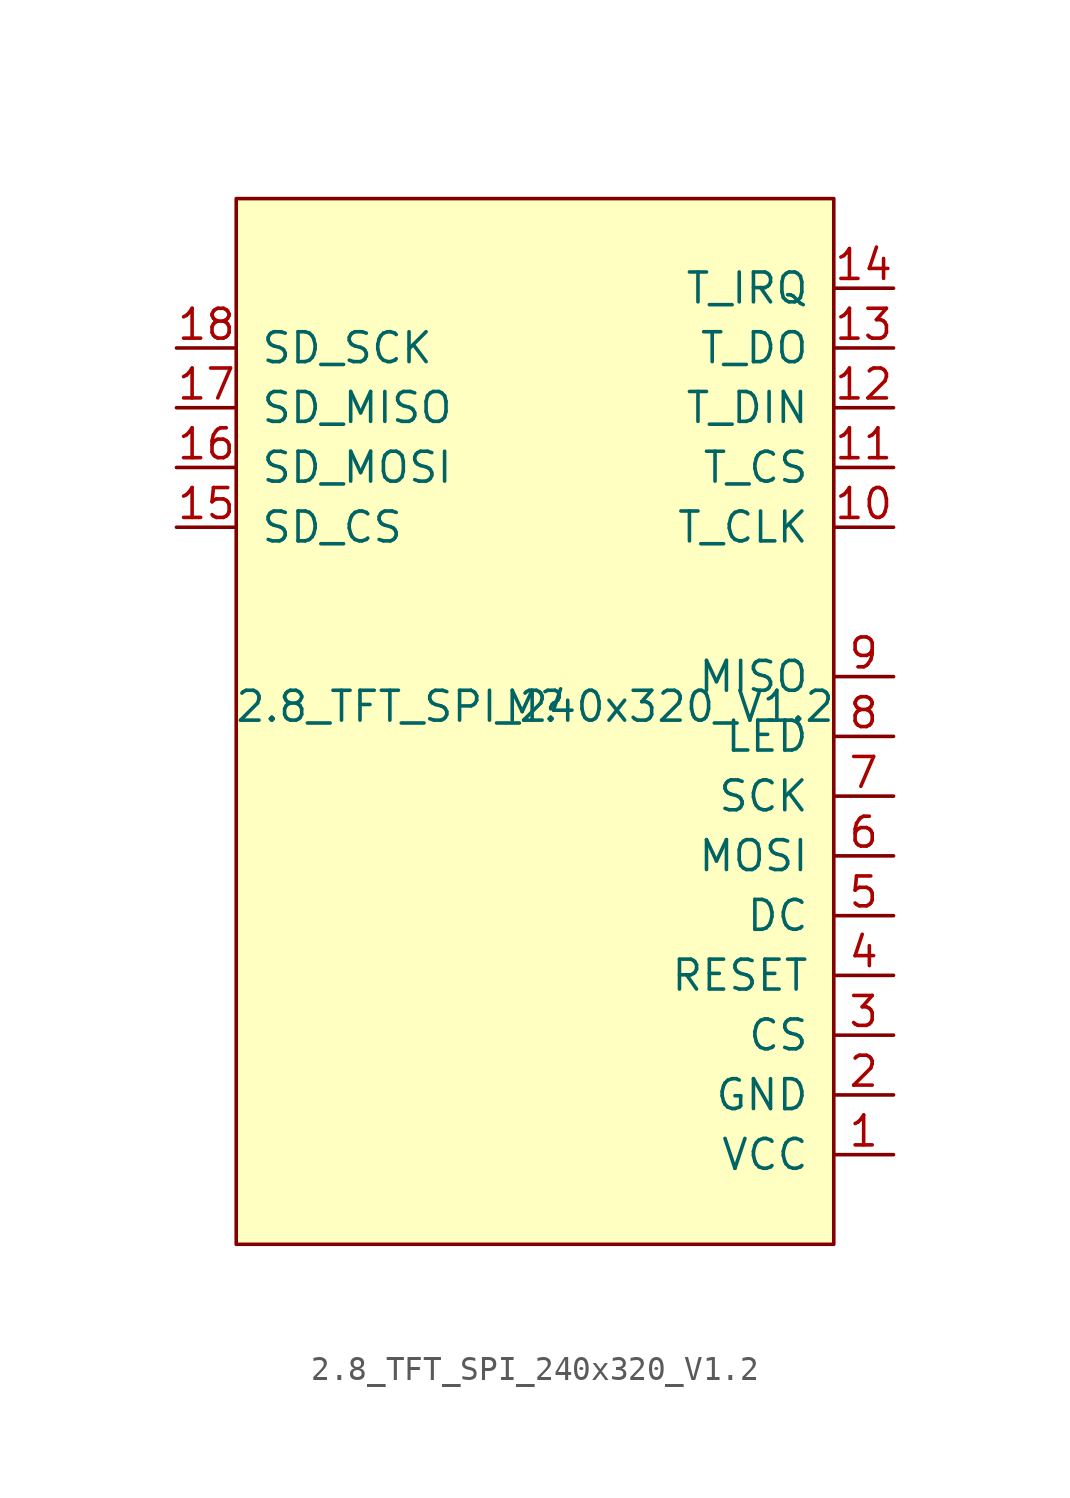
<source format=kicad_sym>
(kicad_symbol_lib
  (version 20211014)
  (generator kicad_symbol_editor)
  (symbol "2.8_TFT_SPI_240x320_V1.2"
    (pin_names
      (offset 1.016))
    (property "Reference" "M"
      (at 0 0 0)
      (effects (font (size 1.27 1.27))))
    (property "Value" "2.8_TFT_SPI_240x320_V1.2"
      (at 0 0 0)
      (effects (font (size 1.27 1.27))))
    (symbol "2.8_TFT_SPI_240x320_V1.2_0_1"
      (rectangle (start -12.7 21.59) (end 12.7 -22.86) (stroke (width 0) (type default) (color 0 0 0 0)) (fill (type background))))
    (symbol "2.8_TFT_SPI_240x320_V1.2_1_1"
      (pin power_in line (at 15.24 -19.05 180) (length 2.54) (name "VCC" (effects (font (size 1.27 1.27)))) (number "1" (effects (font (size 1.27 1.27)))))
      (pin input line (at 15.24 7.62 180) (length 2.54) (name "T_CLK" (effects (font (size 1.27 1.27)))) (number "10" (effects (font (size 1.27 1.27)))))
      (pin input line (at 15.24 10.16 180) (length 2.54) (name "T_CS" (effects (font (size 1.27 1.27)))) (number "11" (effects (font (size 1.27 1.27)))))
      (pin input line (at 15.24 12.7 180) (length 2.54) (name "T_DIN" (effects (font (size 1.27 1.27)))) (number "12" (effects (font (size 1.27 1.27)))))
      (pin output line (at 15.24 15.24 180) (length 2.54) (name "T_DO" (effects (font (size 1.27 1.27)))) (number "13" (effects (font (size 1.27 1.27)))))
      (pin output line (at 15.24 17.78 180) (length 2.54) (name "T_IRQ" (effects (font (size 1.27 1.27)))) (number "14" (effects (font (size 1.27 1.27)))))
      (pin input line (at -15.24 7.62 0) (length 2.54) (name "SD_CS" (effects (font (size 1.27 1.27)))) (number "15" (effects (font (size 1.27 1.27)))))
      (pin input line (at -15.24 10.16 0) (length 2.54) (name "SD_MOSI" (effects (font (size 1.27 1.27)))) (number "16" (effects (font (size 1.27 1.27)))))
      (pin output line (at -15.24 12.7 0) (length 2.54) (name "SD_MISO" (effects (font (size 1.27 1.27)))) (number "17" (effects (font (size 1.27 1.27)))))
      (pin input line (at -15.24 15.24 0) (length 2.54) (name "SD_SCK" (effects (font (size 1.27 1.27)))) (number "18" (effects (font (size 1.27 1.27)))))
      (pin power_in line (at 15.24 -16.51 180) (length 2.54) (name "GND" (effects (font (size 1.27 1.27)))) (number "2" (effects (font (size 1.27 1.27)))))
      (pin input line (at 15.24 -13.97 180) (length 2.54) (name "CS" (effects (font (size 1.27 1.27)))) (number "3" (effects (font (size 1.27 1.27)))))
      (pin input line (at 15.24 -11.43 180) (length 2.54) (name "RESET" (effects (font (size 1.27 1.27)))) (number "4" (effects (font (size 1.27 1.27)))))
      (pin input line (at 15.24 -8.89 180) (length 2.54) (name "DC" (effects (font (size 1.27 1.27)))) (number "5" (effects (font (size 1.27 1.27)))))
      (pin input line (at 15.24 -6.35 180) (length 2.54) (name "MOSI" (effects (font (size 1.27 1.27)))) (number "6" (effects (font (size 1.27 1.27)))))
      (pin input line (at 15.24 -3.81 180) (length 2.54) (name "SCK" (effects (font (size 1.27 1.27)))) (number "7" (effects (font (size 1.27 1.27)))))
      (pin power_in line (at 15.24 -1.27 180) (length 2.54) (name "LED" (effects (font (size 1.27 1.27)))) (number "8" (effects (font (size 1.27 1.27)))))
      (pin output line (at 15.24 1.27 180) (length 2.54) (name "MISO" (effects (font (size 1.27 1.27)))) (number "9" (effects (font (size 1.27 1.27))))))))
</source>
